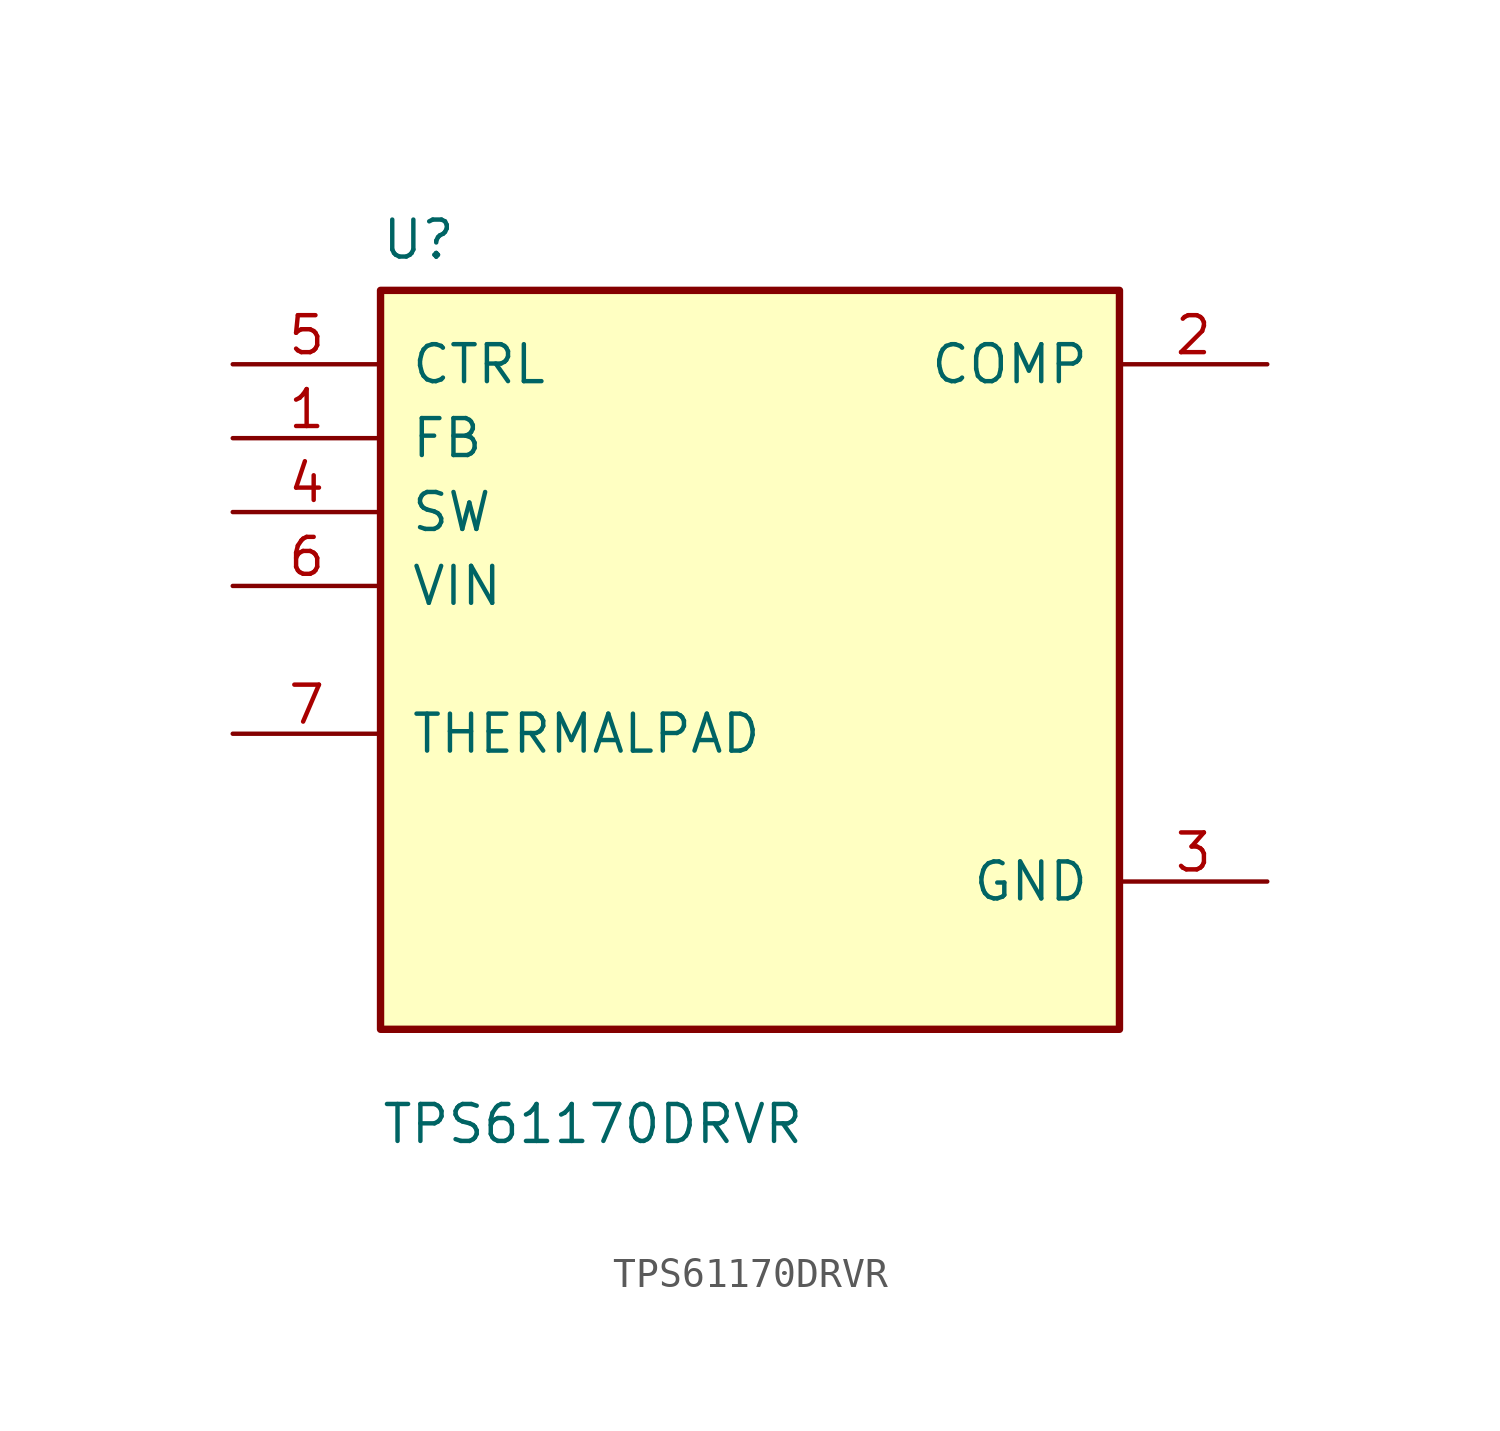
<source format=kicad_sym>
(kicad_symbol_lib
  (version 20220914)
  (generator kicad_symbol_editor)
  (symbol "TPS61170DRVR"
    (pin_names
      (offset 1.016))
    (property "Reference" "U"
      (at -12.7 13.7 0)
      (effects (font (size 1.27 1.27)) (justify left bottom)))
    (property "Value" "TPS61170DRVR"
      (at -12.7 -16.7 0)
      (effects (font (size 1.27 1.27)) (justify left bottom)))
    (symbol "TPS61170DRVR_1_0"
      (rectangle (start -12.7 12.7) (end 12.7 -12.7) (stroke (width 0.254) (type default)) (fill (type background)))
      (pin input line (at -17.78 7.62 0) (length 5.08) (name "FB" (effects (font (size 1.27 1.27)))) (number "1" (effects (font (size 1.27 1.27)))))
      (pin output line (at 17.78 10.16 180) (length 5.08) (name "COMP" (effects (font (size 1.27 1.27)))) (number "2" (effects (font (size 1.27 1.27)))))
      (pin power_in line (at 17.78 -7.62 180) (length 5.08) (name "GND" (effects (font (size 1.27 1.27)))) (number "3" (effects (font (size 1.27 1.27)))))
      (pin input line (at -17.78 5.08 0) (length 5.08) (name "SW" (effects (font (size 1.27 1.27)))) (number "4" (effects (font (size 1.27 1.27)))))
      (pin input line (at -17.78 10.16 0) (length 5.08) (name "CTRL" (effects (font (size 1.27 1.27)))) (number "5" (effects (font (size 1.27 1.27)))))
      (pin input line (at -17.78 2.54 0) (length 5.08) (name "VIN" (effects (font (size 1.27 1.27)))) (number "6" (effects (font (size 1.27 1.27)))))
      (pin bidirectional line (at -17.78 -2.54 0) (length 5.08) (name "THERMALPAD" (effects (font (size 1.27 1.27)))) (number "7" (effects (font (size 1.27 1.27))))))))
</source>
